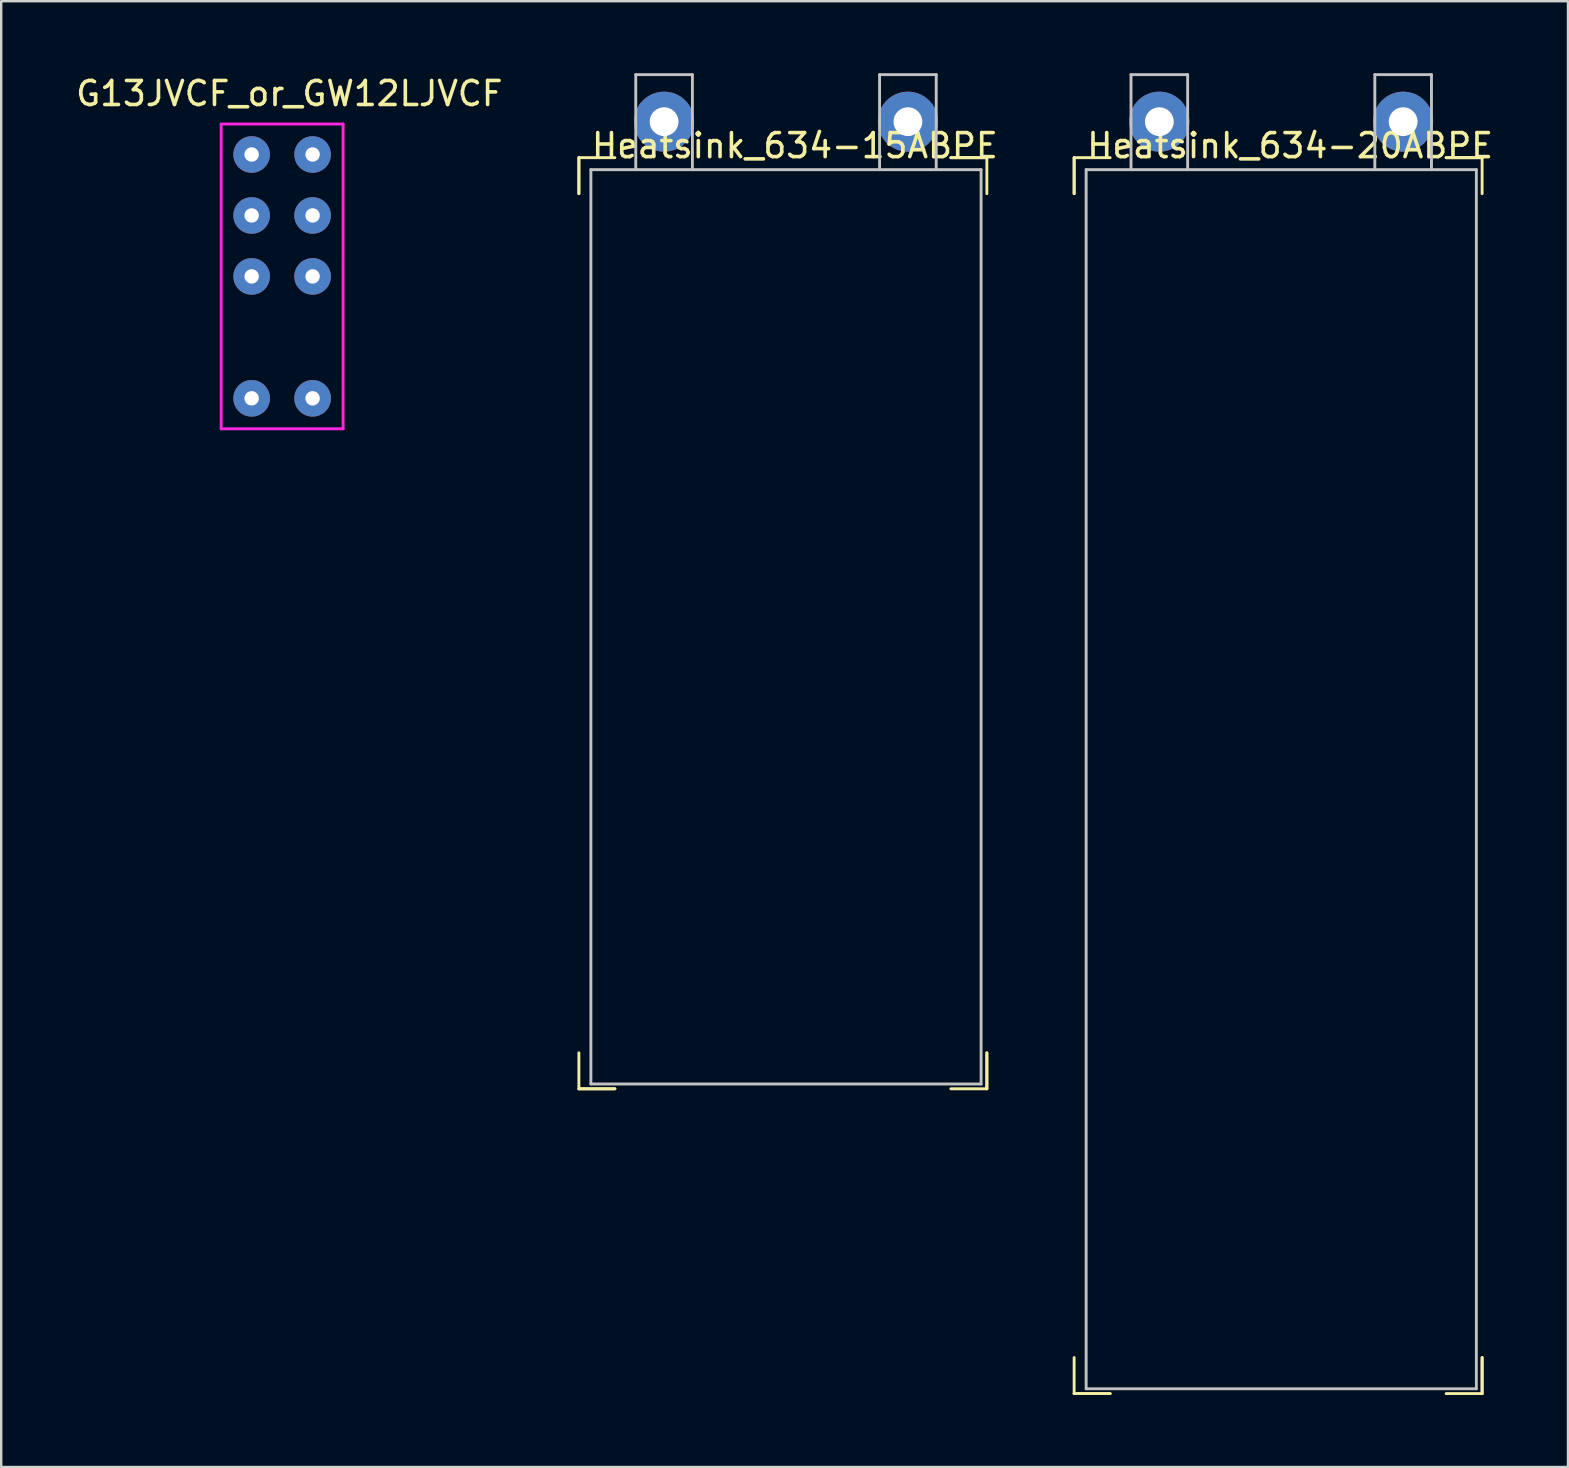
<source format=kicad_pcb>
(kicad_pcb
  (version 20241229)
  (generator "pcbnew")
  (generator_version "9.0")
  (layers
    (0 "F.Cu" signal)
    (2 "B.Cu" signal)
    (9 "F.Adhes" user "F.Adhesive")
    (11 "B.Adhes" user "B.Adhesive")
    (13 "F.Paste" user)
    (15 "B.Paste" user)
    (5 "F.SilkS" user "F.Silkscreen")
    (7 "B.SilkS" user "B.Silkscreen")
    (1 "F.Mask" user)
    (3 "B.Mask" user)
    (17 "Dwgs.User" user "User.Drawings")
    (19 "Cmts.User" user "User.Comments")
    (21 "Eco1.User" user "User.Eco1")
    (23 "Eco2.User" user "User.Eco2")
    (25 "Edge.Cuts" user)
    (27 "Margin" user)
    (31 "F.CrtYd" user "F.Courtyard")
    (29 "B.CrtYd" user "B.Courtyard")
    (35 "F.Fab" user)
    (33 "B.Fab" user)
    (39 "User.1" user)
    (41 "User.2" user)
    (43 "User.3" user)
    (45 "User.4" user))
  (footprint "Heatsink_634-15ABPE"
    (layer "F.Cu")
    (at 21.572 4.02)
    (property "Reference" "Heatsink_634-15ABPE" (at 8.5 -1 0) (layer "F.SilkS") (effects (font (size 1 1) (thickness 0.15))))
    (attr through_hole)
    (fp_line (start -0.5 -0.5) (end -0.5 1) (stroke (width 0.12) (type solid)) (layer "F.SilkS"))
    (fp_line (start -0.5 -0.5) (end 1 -0.5) (stroke (width 0.12) (type solid)) (layer "F.SilkS"))
    (fp_line (start -0.5 1) (end -0.5 -0.5) (stroke (width 0.12) (type solid)) (layer "F.SilkS"))
    (fp_line (start -0.5 38.3) (end -0.5 36.8) (stroke (width 0.12) (type solid)) (layer "F.SilkS"))
    (fp_line (start -0.5 38.3) (end 1 38.3) (stroke (width 0.12) (type solid)) (layer "F.SilkS"))
    (fp_line (start 1 38.3) (end -0.5 38.3) (stroke (width 0.12) (type solid)) (layer "F.SilkS"))
    (fp_line (start 15 -0.5) (end 16.5 -0.5) (stroke (width 0.12) (type solid)) (layer "F.SilkS"))
    (fp_line (start 16.5 -0.5) (end 15 -0.5) (stroke (width 0.12) (type solid)) (layer "F.SilkS"))
    (fp_line (start 16.5 -0.5) (end 16.5 1) (stroke (width 0.12) (type solid)) (layer "F.SilkS"))
    (fp_line (start 16.5 36.8) (end 16.5 38.3) (stroke (width 0.12) (type solid)) (layer "F.SilkS"))
    (fp_line (start 16.5 38.3) (end 15 38.3) (stroke (width 0.12) (type solid)) (layer "F.SilkS"))
    (fp_line (start 16.5 38.3) (end 16.5 36.8) (stroke (width 0.12) (type solid)) (layer "F.SilkS"))
    (fp_line (start 0 0) (end 0 38.1) (stroke (width 0.12) (type solid)) (layer "Dwgs.User"))
    (fp_line (start 0 0) (end 16.26 0) (stroke (width 0.12) (type solid)) (layer "Dwgs.User"))
    (fp_line (start 0 38.1) (end 16.26 38.1) (stroke (width 0.12) (type solid)) (layer "Dwgs.User"))
    (fp_line (start 1.87 -3.96) (end 4.23 -3.96) (stroke (width 0.12) (type solid)) (layer "Dwgs.User"))
    (fp_line (start 1.87 0) (end 1.87 -3.96) (stroke (width 0.12) (type solid)) (layer "Dwgs.User"))
    (fp_line (start 4.23 0) (end 4.23 -3.96) (stroke (width 0.12) (type solid)) (layer "Dwgs.User"))
    (fp_line (start 12.03 -3.96) (end 14.39 -3.96) (stroke (width 0.12) (type solid)) (layer "Dwgs.User"))
    (fp_line (start 12.03 0) (end 12.03 -3.96) (stroke (width 0.12) (type solid)) (layer "Dwgs.User"))
    (fp_line (start 14.39 0) (end 14.39 -3.96) (stroke (width 0.12) (type solid)) (layer "Dwgs.User"))
    (fp_line (start 16.26 0) (end 16.26 38.1) (stroke (width 0.12) (type solid)) (layer "Dwgs.User"))
    (pad "1" thru_hole circle (at 3.05 -2) (size 2.5 2.5) (drill 1.2) (layers "*.Cu" "*.Mask"))
    (pad "2" thru_hole circle (at 13.21 -2) (size 2.5 2.5) (drill 1.2) (layers "*.Cu" "*.Mask")))
  (footprint "Heatsink_634-20ABPE"
    (layer "F.Cu")
    (at 42.209 4.02)
    (property "Reference" "Heatsink_634-20ABPE" (at 8.5 -1 0) (layer "F.SilkS") (effects (font (size 1 1) (thickness 0.15))))
    (attr through_hole)
    (fp_line (start -0.5 -0.5) (end -0.5 1) (stroke (width 0.12) (type solid)) (layer "F.SilkS"))
    (fp_line (start -0.5 -0.5) (end 1 -0.5) (stroke (width 0.12) (type solid)) (layer "F.SilkS"))
    (fp_line (start -0.5 1) (end -0.5 -0.5) (stroke (width 0.12) (type solid)) (layer "F.SilkS"))
    (fp_line (start -0.5 51) (end -0.5 49.5) (stroke (width 0.12) (type solid)) (layer "F.SilkS"))
    (fp_line (start -0.5 51) (end 1 51) (stroke (width 0.12) (type solid)) (layer "F.SilkS"))
    (fp_line (start 1 51) (end -0.5 51) (stroke (width 0.12) (type solid)) (layer "F.SilkS"))
    (fp_line (start 15 -0.5) (end 16.5 -0.5) (stroke (width 0.12) (type solid)) (layer "F.SilkS"))
    (fp_line (start 16.5 -0.5) (end 15 -0.5) (stroke (width 0.12) (type solid)) (layer "F.SilkS"))
    (fp_line (start 16.5 -0.5) (end 16.5 1) (stroke (width 0.12) (type solid)) (layer "F.SilkS"))
    (fp_line (start 16.5 49.5) (end 16.5 51) (stroke (width 0.12) (type solid)) (layer "F.SilkS"))
    (fp_line (start 16.5 51) (end 15 51) (stroke (width 0.12) (type solid)) (layer "F.SilkS"))
    (fp_line (start 16.5 51) (end 16.5 49.5) (stroke (width 0.12) (type solid)) (layer "F.SilkS"))
    (fp_line (start 0 0) (end 0 50.8) (stroke (width 0.12) (type solid)) (layer "Dwgs.User"))
    (fp_line (start 0 0) (end 16.26 0) (stroke (width 0.12) (type solid)) (layer "Dwgs.User"))
    (fp_line (start 0 50.8) (end 16.26 50.8) (stroke (width 0.12) (type solid)) (layer "Dwgs.User"))
    (fp_line (start 1.87 -3.96) (end 4.23 -3.96) (stroke (width 0.12) (type solid)) (layer "Dwgs.User"))
    (fp_line (start 1.87 0) (end 1.87 -3.96) (stroke (width 0.12) (type solid)) (layer "Dwgs.User"))
    (fp_line (start 4.23 0) (end 4.23 -3.96) (stroke (width 0.12) (type solid)) (layer "Dwgs.User"))
    (fp_line (start 12.03 -3.96) (end 14.39 -3.96) (stroke (width 0.12) (type solid)) (layer "Dwgs.User"))
    (fp_line (start 12.03 0) (end 12.03 -3.96) (stroke (width 0.12) (type solid)) (layer "Dwgs.User"))
    (fp_line (start 14.39 0) (end 14.39 -3.96) (stroke (width 0.12) (type solid)) (layer "Dwgs.User"))
    (fp_line (start 16.26 0) (end 16.26 50.8) (stroke (width 0.12) (type solid)) (layer "Dwgs.User"))
    (pad "1" thru_hole circle (at 3.05 -2) (size 2.5 2.5) (drill 1.2) (layers "*.Cu" "*.Mask"))
    (pad "2" thru_hole circle (at 13.21 -2) (size 2.5 2.5) (drill 1.2) (layers "*.Cu" "*.Mask")))
  (footprint "G13JVCF_or_GW12LJVCF"
    (layer "F.Cu")
    (at 8.706 8.468)
    (property "Reference" "G13JVCF_or_GW12LJVCF" (at 0.3 -7.62 0) (layer "F.SilkS") (effects (font (size 1 1) (thickness 0.15))))
    (attr through_hole)
    (fp_line (start -2.54 -6.35) (end 2.54 -6.35) (stroke (width 0.12) (type solid)) (layer "F.CrtYd"))
    (fp_line (start -2.54 6.35) (end -2.54 -6.35) (stroke (width 0.12) (type solid)) (layer "F.CrtYd"))
    (fp_line (start 2.54 -6.35) (end 2.54 6.35) (stroke (width 0.12) (type solid)) (layer "F.CrtYd"))
    (fp_line (start 2.54 6.35) (end -2.54 6.35) (stroke (width 0.12) (type solid)) (layer "F.CrtYd"))
    (pad "1" thru_hole circle (at 1.27 -5.08) (size 1.524 1.524) (drill 0.6) (layers "*.Cu" "*.Mask"))
    (pad "2" thru_hole circle (at 1.27 -2.54) (size 1.524 1.524) (drill 0.6) (layers "*.Cu" "*.Mask"))
    (pad "3" thru_hole circle (at 1.27 0) (size 1.524 1.524) (drill 0.6) (layers "*.Cu" "*.Mask"))
    (pad "4" thru_hole circle (at -1.27 -5.08) (size 1.524 1.524) (drill 0.6) (layers "*.Cu" "*.Mask"))
    (pad "5" thru_hole circle (at -1.27 -2.54) (size 1.524 1.524) (drill 0.6) (layers "*.Cu" "*.Mask"))
    (pad "6" thru_hole circle (at -1.27 0) (size 1.524 1.524) (drill 0.6) (layers "*.Cu" "*.Mask"))
    (pad "~" thru_hole circle (at -1.27 5.08) (size 1.524 1.524) (drill 0.6) (layers "*.Cu" "*.Mask"))
    (pad "~" thru_hole circle (at 1.27 5.08) (size 1.524 1.524) (drill 0.6) (layers "*.Cu" "*.Mask")))
  (gr_rect
    (start -3 -3)
    (end 62.287 58.08)
    (stroke (width 0.1) (type default))
    (fill no)
    (layer "Edge.Cuts")))
</source>
